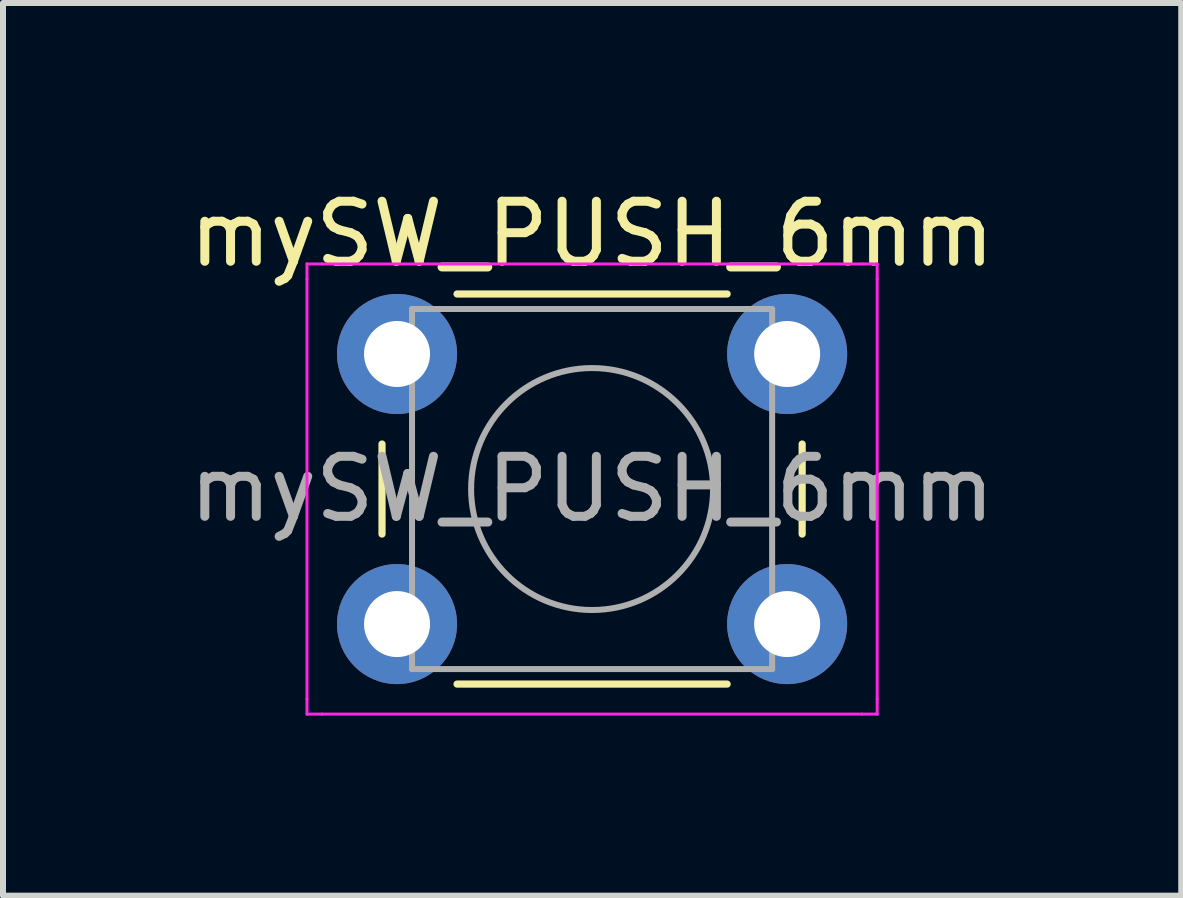
<source format=kicad_pcb>
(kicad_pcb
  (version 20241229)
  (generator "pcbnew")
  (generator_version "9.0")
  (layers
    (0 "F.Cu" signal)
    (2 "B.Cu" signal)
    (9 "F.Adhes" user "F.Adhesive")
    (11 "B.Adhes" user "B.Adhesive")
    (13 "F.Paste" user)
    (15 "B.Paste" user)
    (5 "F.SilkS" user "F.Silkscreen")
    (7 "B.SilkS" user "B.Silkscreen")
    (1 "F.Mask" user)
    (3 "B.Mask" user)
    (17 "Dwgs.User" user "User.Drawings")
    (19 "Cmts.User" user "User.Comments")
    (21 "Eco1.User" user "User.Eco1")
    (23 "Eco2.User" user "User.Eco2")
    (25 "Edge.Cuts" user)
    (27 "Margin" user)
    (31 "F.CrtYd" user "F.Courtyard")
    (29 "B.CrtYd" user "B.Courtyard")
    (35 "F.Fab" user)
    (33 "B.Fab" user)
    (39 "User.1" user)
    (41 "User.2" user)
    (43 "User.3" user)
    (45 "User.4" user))
  (footprint "mySW_PUSH_6mm"
    (layer "F.Cu")
    (at 6.815 5.098)
    (property "Reference" "mySW_PUSH_6mm" (at 0 -4.25 0) (layer "F.SilkS") (effects (font (size 1 1) (thickness 0.15))))
    (attr through_hole)
    (fp_line (start -3.5 -0.75) (end -3.5 0.75) (stroke (width 0.12) (type solid)) (layer "F.SilkS"))
    (fp_line (start -2.25 3.25) (end 2.25 3.25) (stroke (width 0.12) (type solid)) (layer "F.SilkS"))
    (fp_line (start 2.25 -3.25) (end -2.25 -3.25) (stroke (width 0.12) (type solid)) (layer "F.SilkS"))
    (fp_line (start 3.5 0.75) (end 3.5 -0.75) (stroke (width 0.12) (type solid)) (layer "F.SilkS"))
    (fp_line (start -4.75 -3.75) (end -4.5 -3.75) (stroke (width 0.05) (type solid)) (layer "F.CrtYd"))
    (fp_line (start -4.75 -3.5) (end -4.75 -3.75) (stroke (width 0.05) (type solid)) (layer "F.CrtYd"))
    (fp_line (start -4.75 3.5) (end -4.75 -3.5) (stroke (width 0.05) (type solid)) (layer "F.CrtYd"))
    (fp_line (start -4.75 3.5) (end -4.75 3.75) (stroke (width 0.05) (type solid)) (layer "F.CrtYd"))
    (fp_line (start -4.75 3.75) (end -4.5 3.75) (stroke (width 0.05) (type solid)) (layer "F.CrtYd"))
    (fp_line (start -4.5 -3.75) (end 4.5 -3.75) (stroke (width 0.05) (type solid)) (layer "F.CrtYd"))
    (fp_line (start 4.5 -3.75) (end 4.75 -3.75) (stroke (width 0.05) (type solid)) (layer "F.CrtYd"))
    (fp_line (start 4.5 3.75) (end -4.5 3.75) (stroke (width 0.05) (type solid)) (layer "F.CrtYd"))
    (fp_line (start 4.5 3.75) (end 4.75 3.75) (stroke (width 0.05) (type solid)) (layer "F.CrtYd"))
    (fp_line (start 4.75 -3.75) (end 4.75 -3.5) (stroke (width 0.05) (type solid)) (layer "F.CrtYd"))
    (fp_line (start 4.75 -3.5) (end 4.75 3.5) (stroke (width 0.05) (type solid)) (layer "F.CrtYd"))
    (fp_line (start 4.75 3.75) (end 4.75 3.5) (stroke (width 0.05) (type solid)) (layer "F.CrtYd"))
    (fp_line (start -3 -3) (end 0 -3) (stroke (width 0.1) (type solid)) (layer "F.Fab"))
    (fp_line (start -3 3) (end -3 -3) (stroke (width 0.1) (type solid)) (layer "F.Fab"))
    (fp_line (start 0 -3) (end 3 -3) (stroke (width 0.1) (type solid)) (layer "F.Fab"))
    (fp_line (start 3 -3) (end 3 3) (stroke (width 0.1) (type solid)) (layer "F.Fab"))
    (fp_line (start 3 3) (end -3 3) (stroke (width 0.1) (type solid)) (layer "F.Fab"))
    (fp_circle (center 0 0) (end -2 0.25) (stroke (width 0.1) (type solid)) (fill no) (layer "F.Fab"))
    (fp_text user "${REFERENCE}" (at 0 0 0) (layer "F.Fab") (effects (font (size 1 1) (thickness 0.15))))
    (pad "1" thru_hole circle (at -3.25 -2.25 90) (size 2 2) (drill 1.1) (layers "*.Cu" "*.Mask"))
    (pad "1" thru_hole circle (at 3.25 -2.25 90) (size 2 2) (drill 1.1) (layers "*.Cu" "*.Mask"))
    (pad "2" thru_hole circle (at -3.25 2.25 90) (size 2 2) (drill 1.1) (layers "*.Cu" "*.Mask"))
    (pad "2" thru_hole circle (at 3.25 2.25 90) (size 2 2) (drill 1.1) (layers "*.Cu" "*.Mask")))
  (gr_rect
    (start -3 -3)
    (end 16.631 11.873)
    (stroke (width 0.1) (type default))
    (fill no)
    (layer "Edge.Cuts")))
</source>
